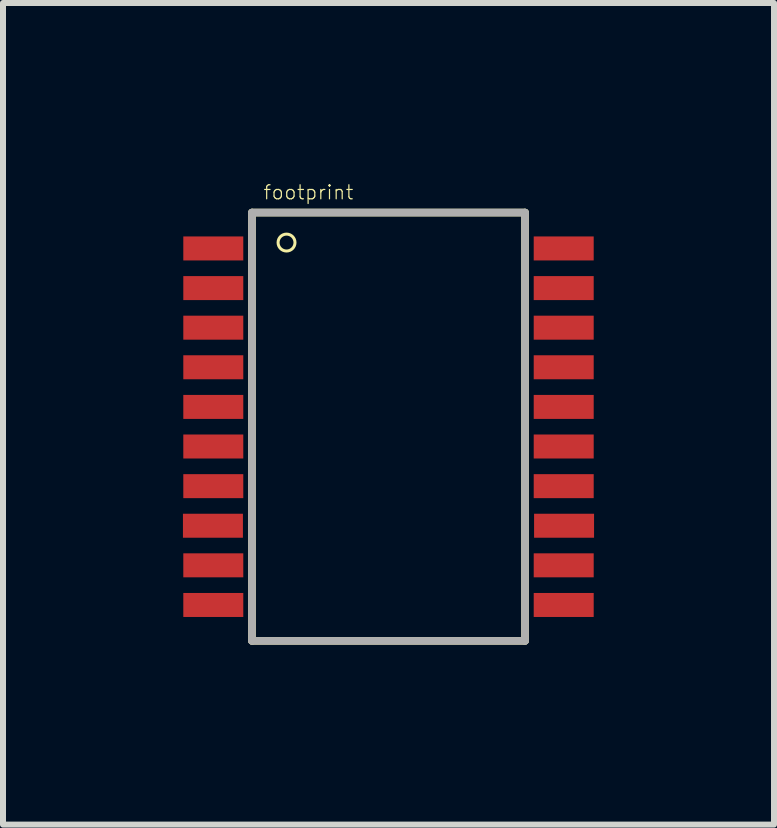
<source format=kicad_pcb>
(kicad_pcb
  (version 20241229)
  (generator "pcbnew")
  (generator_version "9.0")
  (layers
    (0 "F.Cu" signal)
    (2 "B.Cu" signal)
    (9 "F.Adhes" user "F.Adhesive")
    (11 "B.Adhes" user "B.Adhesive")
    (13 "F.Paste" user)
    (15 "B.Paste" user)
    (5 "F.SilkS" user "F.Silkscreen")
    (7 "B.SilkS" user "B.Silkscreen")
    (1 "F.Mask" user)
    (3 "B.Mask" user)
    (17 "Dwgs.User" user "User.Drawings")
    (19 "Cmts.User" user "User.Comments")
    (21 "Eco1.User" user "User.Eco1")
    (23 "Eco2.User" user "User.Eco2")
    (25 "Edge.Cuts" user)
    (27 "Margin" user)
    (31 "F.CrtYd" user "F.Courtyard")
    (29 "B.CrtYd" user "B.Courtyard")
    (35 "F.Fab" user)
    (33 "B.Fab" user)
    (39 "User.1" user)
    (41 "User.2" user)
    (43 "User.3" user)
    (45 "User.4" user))
  (footprint "footprint"
    (layer "F.Cu")
    (at 3.443 3.785)
    (property "Reference" "footprint" (at -2.116 -3.491 0) (layer "F.SilkS") (effects (font (size 0.234 0.234) (thickness 0.02)) (justify left bottom)))
    (fp_line (start -2.292 -3.291) (end 2.26 -3.291) (stroke (width 0.127) (type solid)) (layer "F.SilkS"))
    (fp_line (start -2.292 3.849) (end -2.292 -3.291) (stroke (width 0.127) (type solid)) (layer "F.SilkS"))
    (fp_line (start 2.26 -3.291) (end 2.26 3.849) (stroke (width 0.127) (type solid)) (layer "F.SilkS"))
    (fp_line (start 2.26 3.849) (end -2.292 3.849) (stroke (width 0.127) (type solid)) (layer "F.SilkS"))
    (fp_circle (center -1.716 -2.791) (end -1.575 -2.791) (stroke (width 0.05) (type solid)) (fill no) (layer "F.SilkS"))
    (fp_line (start -2.292 -3.291) (end -2.292 3.849) (stroke (width 0.127) (type solid)) (layer "F.Fab"))
    (fp_line (start -2.292 3.849) (end 2.26 3.849) (stroke (width 0.127) (type solid)) (layer "F.Fab"))
    (fp_line (start 2.26 -3.291) (end -2.292 -3.291) (stroke (width 0.127) (type solid)) (layer "F.Fab"))
    (fp_line (start 2.26 3.849) (end 2.26 -3.291) (stroke (width 0.127) (type solid)) (layer "F.Fab"))
    (pad "1" smd rect (at -2.937 -2.693) (size 1 0.4) (layers "F.Cu" "F.Mask" "F.Paste"))
    (pad "2" smd rect (at -2.937 -2.032) (size 1 0.4) (layers "F.Cu" "F.Mask" "F.Paste"))
    (pad "3" smd rect (at -2.937 -1.372) (size 1 0.4) (layers "F.Cu" "F.Mask" "F.Paste"))
    (pad "4" smd rect (at -2.937 -0.712) (size 1 0.4) (layers "F.Cu" "F.Mask" "F.Paste"))
    (pad "5" smd rect (at -2.937 -0.051) (size 1 0.4) (layers "F.Cu" "F.Mask" "F.Paste"))
    (pad "6" smd rect (at -2.937 0.609) (size 1 0.4) (layers "F.Cu" "F.Mask" "F.Paste"))
    (pad "7" smd rect (at -2.937 1.27) (size 1 0.4) (layers "F.Cu" "F.Mask" "F.Paste"))
    (pad "8" smd rect (at -2.943 1.93) (size 1 0.4) (layers "F.Cu" "F.Mask" "F.Paste"))
    (pad "9" smd rect (at -2.937 2.59) (size 1 0.4) (layers "F.Cu" "F.Mask" "F.Paste"))
    (pad "10" smd rect (at -2.937 3.251) (size 1 0.4) (layers "F.Cu" "F.Mask" "F.Paste"))
    (pad "11" smd rect (at 2.905 3.251) (size 1 0.4) (layers "F.Cu" "F.Mask" "F.Paste"))
    (pad "12" smd rect (at 2.905 2.59) (size 1 0.4) (layers "F.Cu" "F.Mask" "F.Paste"))
    (pad "13" smd rect (at 2.911 1.93) (size 1 0.4) (layers "F.Cu" "F.Mask" "F.Paste"))
    (pad "14" smd rect (at 2.905 1.27) (size 1 0.4) (layers "F.Cu" "F.Mask" "F.Paste"))
    (pad "15" smd rect (at 2.905 0.609) (size 1 0.4) (layers "F.Cu" "F.Mask" "F.Paste"))
    (pad "16" smd rect (at 2.905 -0.051) (size 1 0.4) (layers "F.Cu" "F.Mask" "F.Paste"))
    (pad "17" smd rect (at 2.905 -0.712) (size 1 0.4) (layers "F.Cu" "F.Mask" "F.Paste"))
    (pad "18" smd rect (at 2.905 -1.372) (size 1 0.4) (layers "F.Cu" "F.Mask" "F.Paste"))
    (pad "19" smd rect (at 2.905 -2.032) (size 1 0.4) (layers "F.Cu" "F.Mask" "F.Paste"))
    (pad "20" smd rect (at 2.905 -2.693) (size 1 0.4) (layers "F.Cu" "F.Mask" "F.Paste")))
  (gr_rect
    (start -3 -3)
    (end 9.854 10.698)
    (stroke (width 0.1) (type default))
    (fill no)
    (layer "Edge.Cuts")))
</source>
